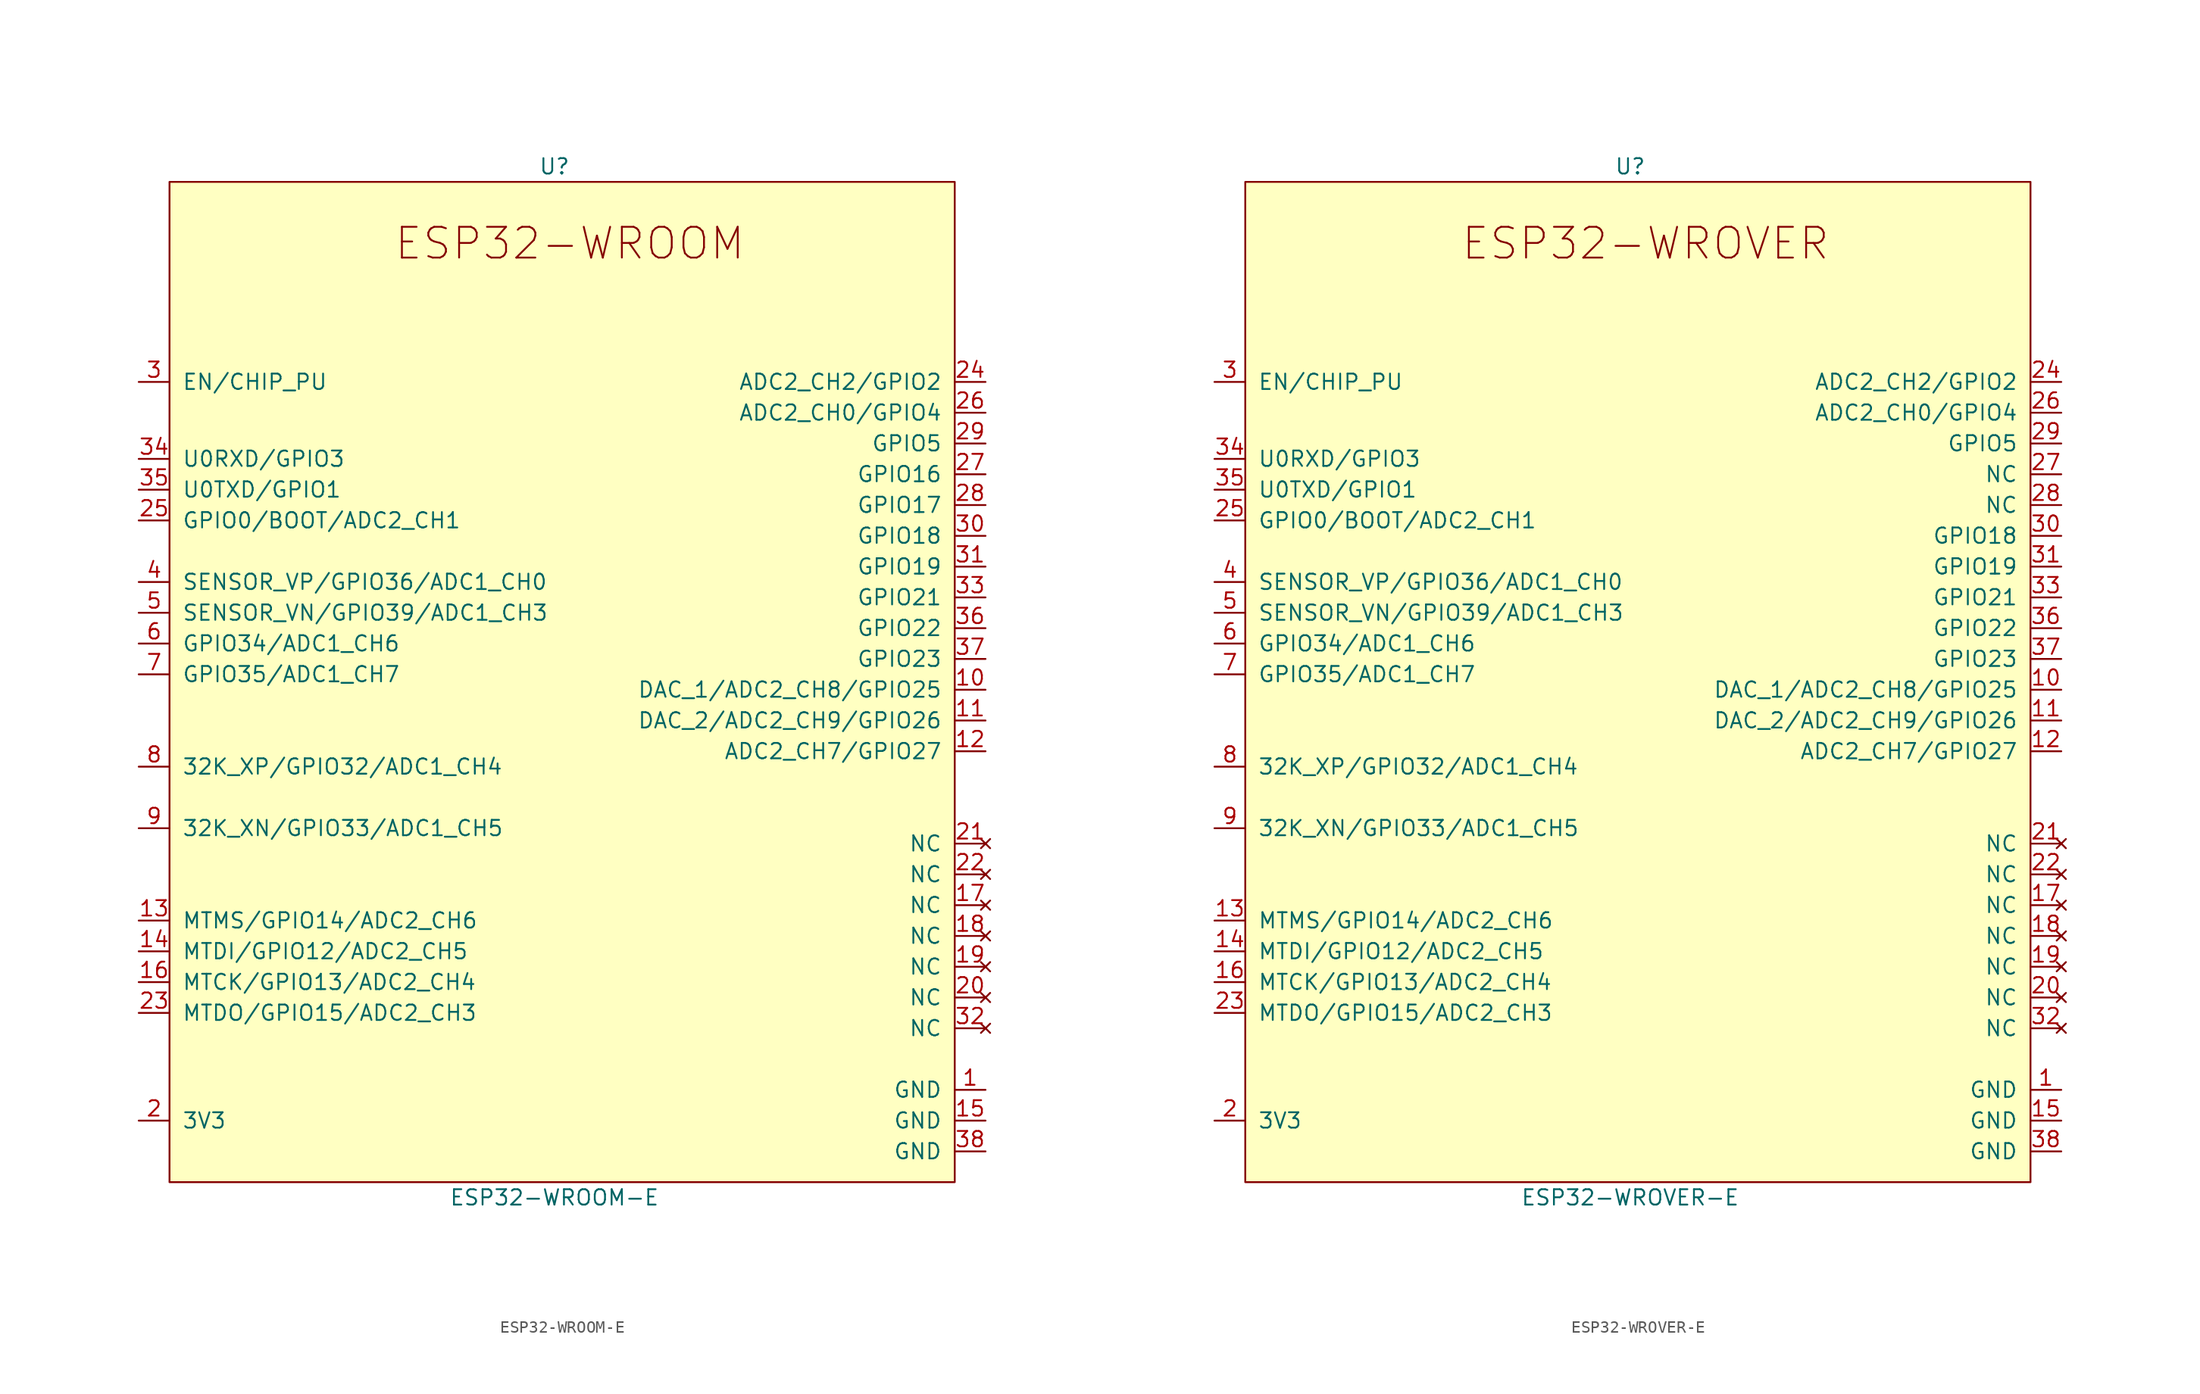
<source format=kicad_sym>
(kicad_symbol_lib
  (version 20211014)
  (generator kicad_symbol_editor)
  (symbol "ESP32-WROOM-E"
    (pin_names
      (offset 1.016))
    (property "Reference" "U"
      (at 0 43.18 0)
      (effects (font (size 1.27 1.27))))
    (property "Value" "ESP32-WROOM-E"
      (at 0 -41.91 0)
      (effects (font (size 1.27 1.27))))
    (symbol "ESP32-WROOM-E_0_1"
      (rectangle (start 33.02 41.91) (end -31.75 -40.64) (stroke (width 0) (type default) (color 0 0 0 0)) (fill (type background))))
    (symbol "ESP32-WROOM-E_1_1"
      (text "ESP32-­WROOM­" (at 1.27 36.83 0) (effects (font (size 2.54 2.54))))
      (pin power_in line (at 35.56 -33.02 180) (length 2.54) (name "GND" (effects (font (size 1.27 1.27)))) (number "1" (effects (font (size 1.27 1.27)))))
      (pin bidirectional line (at 35.56 0 180) (length 2.54) (name "DAC_1/ADC2_CH8/GPIO25" (effects (font (size 1.27 1.27)))) (number "10" (effects (font (size 1.27 1.27)))))
      (pin bidirectional line (at 35.56 -2.54 180) (length 2.54) (name "DAC_2/ADC2_CH9/GPIO26" (effects (font (size 1.27 1.27)))) (number "11" (effects (font (size 1.27 1.27)))))
      (pin bidirectional line (at 35.56 -5.08 180) (length 2.54) (name "ADC2_CH7/GPIO27" (effects (font (size 1.27 1.27)))) (number "12" (effects (font (size 1.27 1.27)))))
      (pin bidirectional line (at -34.29 -19.05 0) (length 2.54) (name "MTMS/GPIO14/ADC2_CH6" (effects (font (size 1.27 1.27)))) (number "13" (effects (font (size 1.27 1.27)))))
      (pin bidirectional line (at -34.29 -21.59 0) (length 2.54) (name "MTDI/GPIO12/ADC2_CH5" (effects (font (size 1.27 1.27)))) (number "14" (effects (font (size 1.27 1.27)))))
      (pin power_in line (at 35.56 -35.56 180) (length 2.54) (name "GND" (effects (font (size 1.27 1.27)))) (number "15" (effects (font (size 1.27 1.27)))))
      (pin bidirectional line (at -34.29 -24.13 0) (length 2.54) (name "MTCK/GPIO13/ADC2_CH4" (effects (font (size 1.27 1.27)))) (number "16" (effects (font (size 1.27 1.27)))))
      (pin no_connect line (at 35.56 -17.78 180) (length 2.54) (name "NC" (effects (font (size 1.27 1.27)))) (number "17" (effects (font (size 1.27 1.27)))))
      (pin no_connect line (at 35.56 -20.32 180) (length 2.54) (name "NC" (effects (font (size 1.27 1.27)))) (number "18" (effects (font (size 1.27 1.27)))))
      (pin no_connect line (at 35.56 -22.86 180) (length 2.54) (name "NC" (effects (font (size 1.27 1.27)))) (number "19" (effects (font (size 1.27 1.27)))))
      (pin power_in line (at -34.29 -35.56 0) (length 2.54) (name "3V3" (effects (font (size 1.27 1.27)))) (number "2" (effects (font (size 1.27 1.27)))))
      (pin no_connect line (at 35.56 -25.4 180) (length 2.54) (name "NC" (effects (font (size 1.27 1.27)))) (number "20" (effects (font (size 1.27 1.27)))))
      (pin no_connect line (at 35.56 -12.7 180) (length 2.54) (name "NC" (effects (font (size 1.27 1.27)))) (number "21" (effects (font (size 1.27 1.27)))))
      (pin no_connect line (at 35.56 -15.24 180) (length 2.54) (name "NC" (effects (font (size 1.27 1.27)))) (number "22" (effects (font (size 1.27 1.27)))))
      (pin bidirectional line (at -34.29 -26.67 0) (length 2.54) (name "MTDO/GPIO15/ADC2_CH3" (effects (font (size 1.27 1.27)))) (number "23" (effects (font (size 1.27 1.27)))))
      (pin bidirectional line (at 35.56 25.4 180) (length 2.54) (name "ADC2_CH2/GPIO2" (effects (font (size 1.27 1.27)))) (number "24" (effects (font (size 1.27 1.27)))))
      (pin bidirectional line (at -34.29 13.97 0) (length 2.54) (name "GPIO0/BOOT/ADC2_CH1" (effects (font (size 1.27 1.27)))) (number "25" (effects (font (size 1.27 1.27)))))
      (pin bidirectional line (at 35.56 22.86 180) (length 2.54) (name "ADC2_CH0/GPIO4" (effects (font (size 1.27 1.27)))) (number "26" (effects (font (size 1.27 1.27)))))
      (pin bidirectional line (at 35.56 17.78 180) (length 2.54) (name "GPIO16" (effects (font (size 1.27 1.27)))) (number "27" (effects (font (size 1.27 1.27)))))
      (pin bidirectional line (at 35.56 15.24 180) (length 2.54) (name "GPIO17" (effects (font (size 1.27 1.27)))) (number "28" (effects (font (size 1.27 1.27)))))
      (pin bidirectional line (at 35.56 20.32 180) (length 2.54) (name "GPIO5" (effects (font (size 1.27 1.27)))) (number "29" (effects (font (size 1.27 1.27)))))
      (pin input line (at -34.29 25.4 0) (length 2.54) (name "EN/CHIP_PU" (effects (font (size 1.27 1.27)))) (number "3" (effects (font (size 1.27 1.27)))))
      (pin bidirectional line (at 35.56 12.7 180) (length 2.54) (name "GPIO18" (effects (font (size 1.27 1.27)))) (number "30" (effects (font (size 1.27 1.27)))))
      (pin bidirectional line (at 35.56 10.16 180) (length 2.54) (name "GPIO19" (effects (font (size 1.27 1.27)))) (number "31" (effects (font (size 1.27 1.27)))))
      (pin no_connect line (at 35.56 -27.94 180) (length 2.54) (name "NC" (effects (font (size 1.27 1.27)))) (number "32" (effects (font (size 1.27 1.27)))))
      (pin bidirectional line (at 35.56 7.62 180) (length 2.54) (name "GPIO21" (effects (font (size 1.27 1.27)))) (number "33" (effects (font (size 1.27 1.27)))))
      (pin bidirectional line (at -34.29 19.05 0) (length 2.54) (name "U0RXD/GPIO3" (effects (font (size 1.27 1.27)))) (number "34" (effects (font (size 1.27 1.27)))))
      (pin bidirectional line (at -34.29 16.51 0) (length 2.54) (name "U0TXD/GPIO1" (effects (font (size 1.27 1.27)))) (number "35" (effects (font (size 1.27 1.27)))))
      (pin bidirectional line (at 35.56 5.08 180) (length 2.54) (name "GPIO22" (effects (font (size 1.27 1.27)))) (number "36" (effects (font (size 1.27 1.27)))))
      (pin bidirectional line (at 35.56 2.54 180) (length 2.54) (name "GPIO23" (effects (font (size 1.27 1.27)))) (number "37" (effects (font (size 1.27 1.27)))))
      (pin power_in line (at 35.56 -38.1 180) (length 2.54) (name "GND" (effects (font (size 1.27 1.27)))) (number "38" (effects (font (size 1.27 1.27)))))
      (pin input line (at -34.29 8.89 0) (length 2.54) (name "SENSOR_VP/GPIO36/ADC1_CH0" (effects (font (size 1.27 1.27)))) (number "4" (effects (font (size 1.27 1.27)))))
      (pin input line (at -34.29 6.35 0) (length 2.54) (name "SENSOR_VN/GPIO39/ADC1_CH3" (effects (font (size 1.27 1.27)))) (number "5" (effects (font (size 1.27 1.27)))))
      (pin input line (at -34.29 3.81 0) (length 2.54) (name "GPIO34/ADC1_CH6" (effects (font (size 1.27 1.27)))) (number "6" (effects (font (size 1.27 1.27)))))
      (pin input line (at -34.29 1.27 0) (length 2.54) (name "GPIO35/ADC1_CH7" (effects (font (size 1.27 1.27)))) (number "7" (effects (font (size 1.27 1.27)))))
      (pin bidirectional line (at -34.29 -6.35 0) (length 2.54) (name "32K_XP/GPIO32/ADC1_CH4" (effects (font (size 1.27 1.27)))) (number "8" (effects (font (size 1.27 1.27)))))
      (pin bidirectional line (at -34.29 -11.43 0) (length 2.54) (name "32K_XN/GPIO33/ADC1_CH5" (effects (font (size 1.27 1.27)))) (number "9" (effects (font (size 1.27 1.27)))))))
  (symbol "ESP32-WROVER-E"
    (pin_names
      (offset 1.016))
    (property "Reference" "U"
      (at 0 43.18 0)
      (effects (font (size 1.27 1.27))))
    (property "Value" "ESP32-WROVER-E"
      (at 0 -41.91 0)
      (effects (font (size 1.27 1.27))))
    (symbol "ESP32-WROVER-E_0_1"
      (rectangle (start 33.02 41.91) (end -31.75 -40.64) (stroke (width 0) (type default) (color 0 0 0 0)) (fill (type background))))
    (symbol "ESP32-WROVER-E_1_1"
      (text "ESP32-­WROVER" (at 1.27 36.83 0) (effects (font (size 2.54 2.54))))
      (pin power_in line (at 35.56 -33.02 180) (length 2.54) (name "GND" (effects (font (size 1.27 1.27)))) (number "1" (effects (font (size 1.27 1.27)))))
      (pin bidirectional line (at 35.56 0 180) (length 2.54) (name "DAC_1/ADC2_CH8/GPIO25" (effects (font (size 1.27 1.27)))) (number "10" (effects (font (size 1.27 1.27)))))
      (pin bidirectional line (at 35.56 -2.54 180) (length 2.54) (name "DAC_2/ADC2_CH9/GPIO26" (effects (font (size 1.27 1.27)))) (number "11" (effects (font (size 1.27 1.27)))))
      (pin bidirectional line (at 35.56 -5.08 180) (length 2.54) (name "ADC2_CH7/GPIO27" (effects (font (size 1.27 1.27)))) (number "12" (effects (font (size 1.27 1.27)))))
      (pin bidirectional line (at -34.29 -19.05 0) (length 2.54) (name "MTMS/GPIO14/ADC2_CH6" (effects (font (size 1.27 1.27)))) (number "13" (effects (font (size 1.27 1.27)))))
      (pin bidirectional line (at -34.29 -21.59 0) (length 2.54) (name "MTDI/GPIO12/ADC2_CH5" (effects (font (size 1.27 1.27)))) (number "14" (effects (font (size 1.27 1.27)))))
      (pin power_in line (at 35.56 -35.56 180) (length 2.54) (name "GND" (effects (font (size 1.27 1.27)))) (number "15" (effects (font (size 1.27 1.27)))))
      (pin bidirectional line (at -34.29 -24.13 0) (length 2.54) (name "MTCK/GPIO13/ADC2_CH4" (effects (font (size 1.27 1.27)))) (number "16" (effects (font (size 1.27 1.27)))))
      (pin no_connect line (at 35.56 -17.78 180) (length 2.54) (name "NC" (effects (font (size 1.27 1.27)))) (number "17" (effects (font (size 1.27 1.27)))))
      (pin no_connect line (at 35.56 -20.32 180) (length 2.54) (name "NC" (effects (font (size 1.27 1.27)))) (number "18" (effects (font (size 1.27 1.27)))))
      (pin no_connect line (at 35.56 -22.86 180) (length 2.54) (name "NC" (effects (font (size 1.27 1.27)))) (number "19" (effects (font (size 1.27 1.27)))))
      (pin power_in line (at -34.29 -35.56 0) (length 2.54) (name "3V3" (effects (font (size 1.27 1.27)))) (number "2" (effects (font (size 1.27 1.27)))))
      (pin no_connect line (at 35.56 -25.4 180) (length 2.54) (name "NC" (effects (font (size 1.27 1.27)))) (number "20" (effects (font (size 1.27 1.27)))))
      (pin no_connect line (at 35.56 -12.7 180) (length 2.54) (name "NC" (effects (font (size 1.27 1.27)))) (number "21" (effects (font (size 1.27 1.27)))))
      (pin no_connect line (at 35.56 -15.24 180) (length 2.54) (name "NC" (effects (font (size 1.27 1.27)))) (number "22" (effects (font (size 1.27 1.27)))))
      (pin bidirectional line (at -34.29 -26.67 0) (length 2.54) (name "MTDO/GPIO15/ADC2_CH3" (effects (font (size 1.27 1.27)))) (number "23" (effects (font (size 1.27 1.27)))))
      (pin bidirectional line (at 35.56 25.4 180) (length 2.54) (name "ADC2_CH2/GPIO2" (effects (font (size 1.27 1.27)))) (number "24" (effects (font (size 1.27 1.27)))))
      (pin bidirectional line (at -34.29 13.97 0) (length 2.54) (name "GPIO0/BOOT/ADC2_CH1" (effects (font (size 1.27 1.27)))) (number "25" (effects (font (size 1.27 1.27)))))
      (pin bidirectional line (at 35.56 22.86 180) (length 2.54) (name "ADC2_CH0/GPIO4" (effects (font (size 1.27 1.27)))) (number "26" (effects (font (size 1.27 1.27)))))
      (pin bidirectional line (at 35.56 17.78 180) (length 2.54) (name "NC" (effects (font (size 1.27 1.27)))) (number "27" (effects (font (size 1.27 1.27)))))
      (pin bidirectional line (at 35.56 15.24 180) (length 2.54) (name "NC" (effects (font (size 1.27 1.27)))) (number "28" (effects (font (size 1.27 1.27)))))
      (pin bidirectional line (at 35.56 20.32 180) (length 2.54) (name "GPIO5" (effects (font (size 1.27 1.27)))) (number "29" (effects (font (size 1.27 1.27)))))
      (pin input line (at -34.29 25.4 0) (length 2.54) (name "EN/CHIP_PU" (effects (font (size 1.27 1.27)))) (number "3" (effects (font (size 1.27 1.27)))))
      (pin bidirectional line (at 35.56 12.7 180) (length 2.54) (name "GPIO18" (effects (font (size 1.27 1.27)))) (number "30" (effects (font (size 1.27 1.27)))))
      (pin bidirectional line (at 35.56 10.16 180) (length 2.54) (name "GPIO19" (effects (font (size 1.27 1.27)))) (number "31" (effects (font (size 1.27 1.27)))))
      (pin no_connect line (at 35.56 -27.94 180) (length 2.54) (name "NC" (effects (font (size 1.27 1.27)))) (number "32" (effects (font (size 1.27 1.27)))))
      (pin bidirectional line (at 35.56 7.62 180) (length 2.54) (name "GPIO21" (effects (font (size 1.27 1.27)))) (number "33" (effects (font (size 1.27 1.27)))))
      (pin bidirectional line (at -34.29 19.05 0) (length 2.54) (name "U0RXD/GPIO3" (effects (font (size 1.27 1.27)))) (number "34" (effects (font (size 1.27 1.27)))))
      (pin bidirectional line (at -34.29 16.51 0) (length 2.54) (name "U0TXD/GPIO1" (effects (font (size 1.27 1.27)))) (number "35" (effects (font (size 1.27 1.27)))))
      (pin bidirectional line (at 35.56 5.08 180) (length 2.54) (name "GPIO22" (effects (font (size 1.27 1.27)))) (number "36" (effects (font (size 1.27 1.27)))))
      (pin bidirectional line (at 35.56 2.54 180) (length 2.54) (name "GPIO23" (effects (font (size 1.27 1.27)))) (number "37" (effects (font (size 1.27 1.27)))))
      (pin power_in line (at 35.56 -38.1 180) (length 2.54) (name "GND" (effects (font (size 1.27 1.27)))) (number "38" (effects (font (size 1.27 1.27)))))
      (pin input line (at -34.29 8.89 0) (length 2.54) (name "SENSOR_VP/GPIO36/ADC1_CH0" (effects (font (size 1.27 1.27)))) (number "4" (effects (font (size 1.27 1.27)))))
      (pin input line (at -34.29 6.35 0) (length 2.54) (name "SENSOR_VN/GPIO39/ADC1_CH3" (effects (font (size 1.27 1.27)))) (number "5" (effects (font (size 1.27 1.27)))))
      (pin input line (at -34.29 3.81 0) (length 2.54) (name "GPIO34/ADC1_CH6" (effects (font (size 1.27 1.27)))) (number "6" (effects (font (size 1.27 1.27)))))
      (pin input line (at -34.29 1.27 0) (length 2.54) (name "GPIO35/ADC1_CH7" (effects (font (size 1.27 1.27)))) (number "7" (effects (font (size 1.27 1.27)))))
      (pin bidirectional line (at -34.29 -6.35 0) (length 2.54) (name "32K_XP/GPIO32/ADC1_CH4" (effects (font (size 1.27 1.27)))) (number "8" (effects (font (size 1.27 1.27)))))
      (pin bidirectional line (at -34.29 -11.43 0) (length 2.54) (name "32K_XN/GPIO33/ADC1_CH5" (effects (font (size 1.27 1.27)))) (number "9" (effects (font (size 1.27 1.27))))))))
</source>
